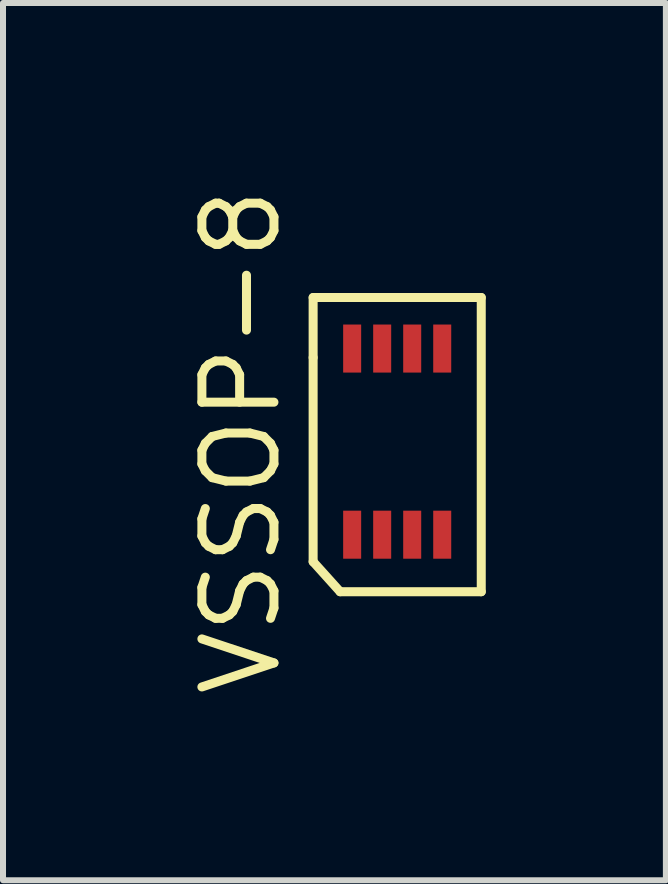
<source format=kicad_pcb>
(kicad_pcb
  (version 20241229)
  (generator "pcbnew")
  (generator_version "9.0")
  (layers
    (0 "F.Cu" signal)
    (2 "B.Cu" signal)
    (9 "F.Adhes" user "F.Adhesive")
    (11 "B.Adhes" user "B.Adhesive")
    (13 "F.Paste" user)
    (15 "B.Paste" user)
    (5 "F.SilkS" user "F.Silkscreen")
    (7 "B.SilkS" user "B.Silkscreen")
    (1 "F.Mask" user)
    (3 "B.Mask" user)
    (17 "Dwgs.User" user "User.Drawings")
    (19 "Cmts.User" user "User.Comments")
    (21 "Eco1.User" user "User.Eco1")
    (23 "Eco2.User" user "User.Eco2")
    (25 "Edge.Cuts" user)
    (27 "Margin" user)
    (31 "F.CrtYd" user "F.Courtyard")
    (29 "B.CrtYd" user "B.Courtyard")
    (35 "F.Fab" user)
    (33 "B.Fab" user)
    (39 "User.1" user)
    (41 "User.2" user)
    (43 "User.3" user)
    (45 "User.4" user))
  (footprint "VSSOP-8"
    (layer "F.Cu")
    (at 3.565 4.305)
    (property "Reference" "VSSOP-8" (at -2.6 0 90) (layer "F.SilkS") (effects (font (size 1.2 1.2) (thickness 0.15))))
    (attr through_hole)
    (fp_line (start -1.4 -2.4) (end 1.4 -2.4) (stroke (width 0.15) (type solid)) (layer "F.SilkS"))
    (fp_line (start -1.4 -1.4) (end -1.4 -2.4) (stroke (width 0.15) (type solid)) (layer "F.SilkS"))
    (fp_line (start -1.4 2) (end -1.4 -1.4) (stroke (width 0.15) (type solid)) (layer "F.SilkS"))
    (fp_line (start -0.95 2.5) (end -1.4 2) (stroke (width 0.15) (type solid)) (layer "F.SilkS"))
    (fp_line (start 1.4 -2.4) (end 1.4 2.5) (stroke (width 0.15) (type solid)) (layer "F.SilkS"))
    (fp_line (start 1.4 2.5) (end -0.95 2.5) (stroke (width 0.15) (type solid)) (layer "F.SilkS"))
    (pad "1" smd rect (at -0.75 1.55) (size 0.3 0.8) (layers "F.Cu" "F.Mask" "F.Paste"))
    (pad "2" smd rect (at -0.25 1.55) (size 0.3 0.8) (layers "F.Cu" "F.Mask" "F.Paste"))
    (pad "3" smd rect (at 0.25 1.55) (size 0.3 0.8) (layers "F.Cu" "F.Mask" "F.Paste"))
    (pad "4" smd rect (at 0.75 1.55) (size 0.3 0.8) (layers "F.Cu" "F.Mask" "F.Paste"))
    (pad "5" smd rect (at 0.75 -1.55) (size 0.3 0.8) (layers "F.Cu" "F.Mask" "F.Paste"))
    (pad "6" smd rect (at 0.25 -1.55) (size 0.3 0.8) (layers "F.Cu" "F.Mask" "F.Paste"))
    (pad "7" smd rect (at -0.25 -1.55) (size 0.3 0.8) (layers "F.Cu" "F.Mask" "F.Paste"))
    (pad "8" smd rect (at -0.75 -1.55) (size 0.3 0.8) (layers "F.Cu" "F.Mask" "F.Paste")))
  (gr_rect
    (start -3 -3)
    (end 8.04 11.61)
    (stroke (width 0.1) (type default))
    (fill no)
    (layer "Edge.Cuts")))
</source>
